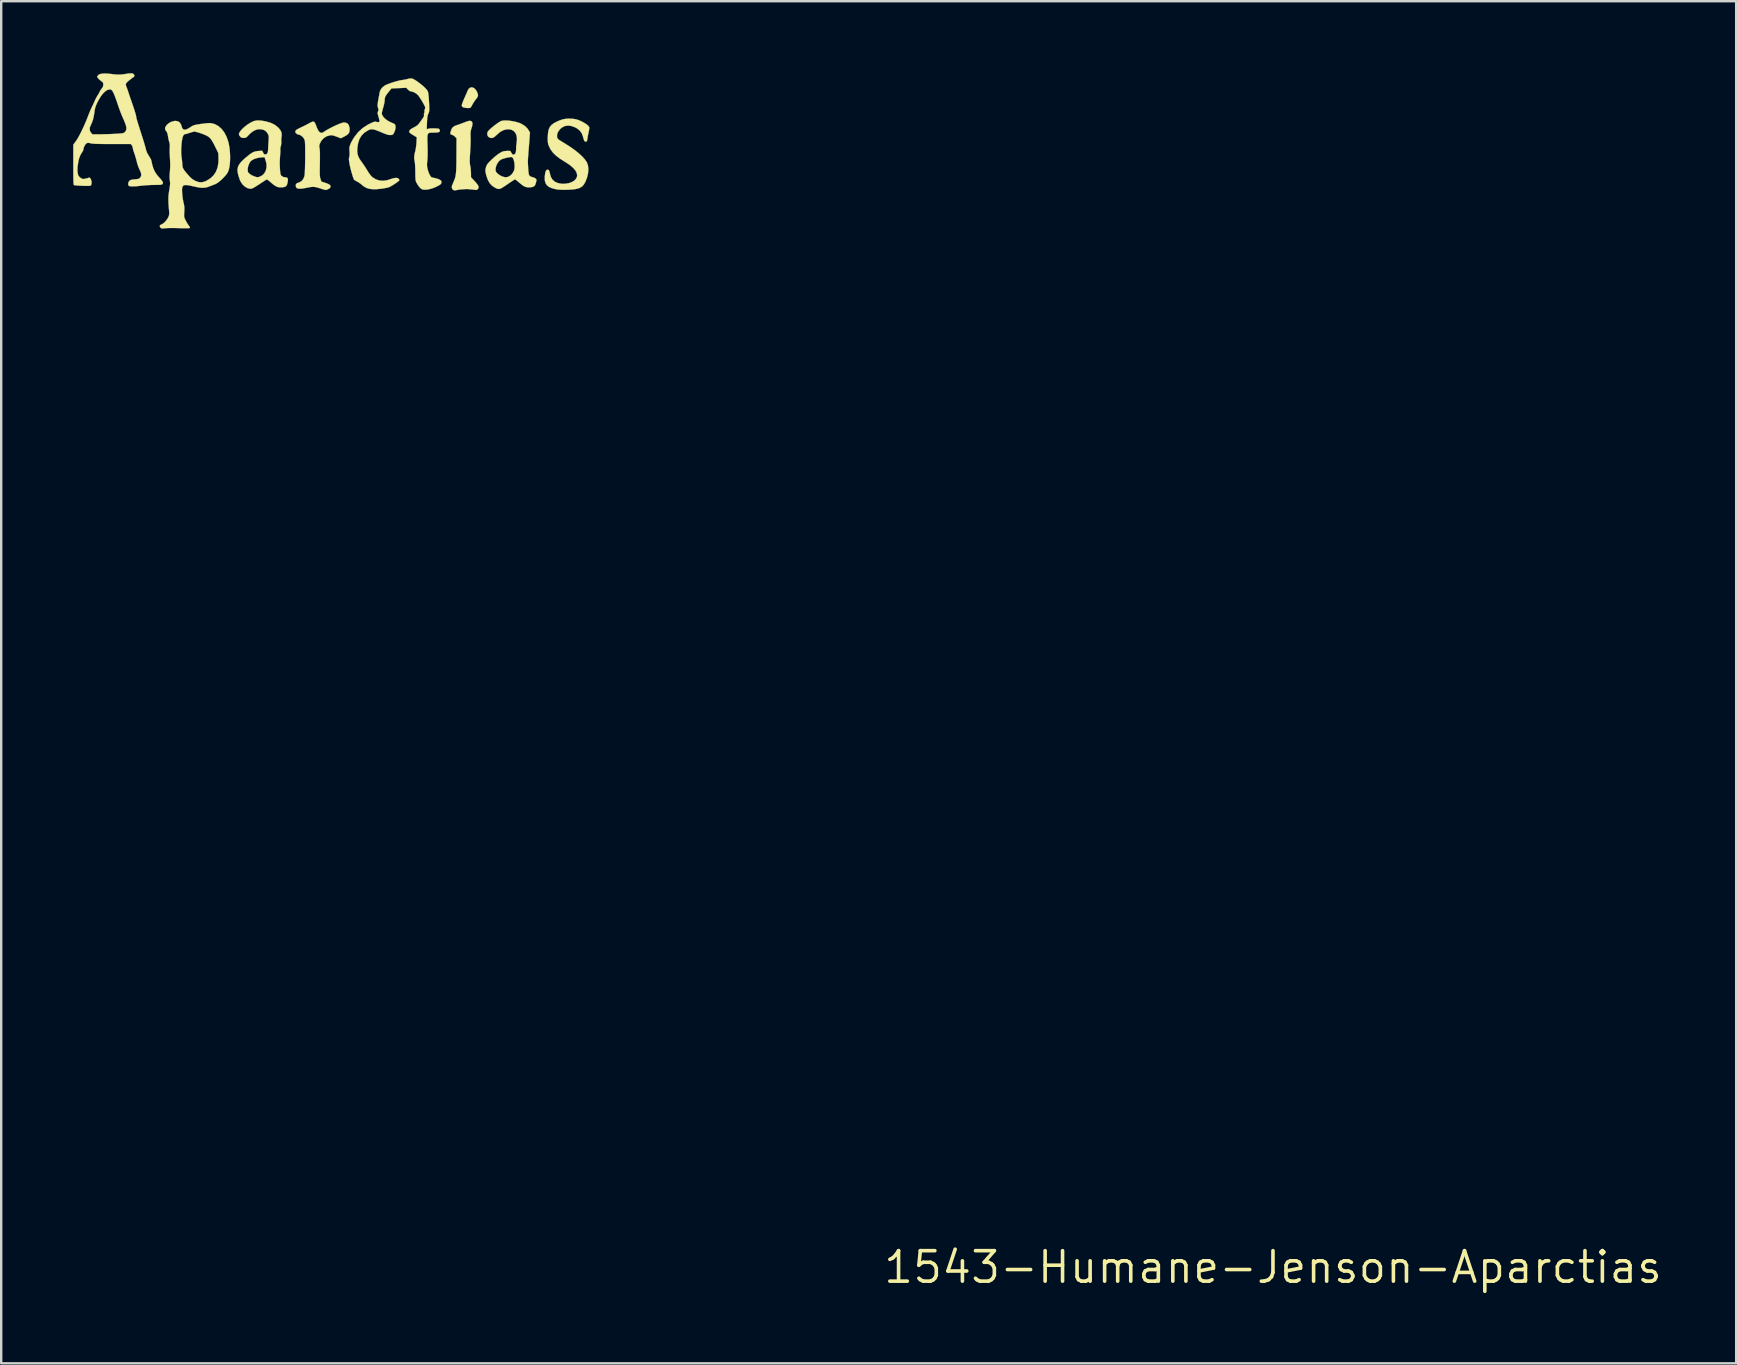
<source format=kicad_pcb>
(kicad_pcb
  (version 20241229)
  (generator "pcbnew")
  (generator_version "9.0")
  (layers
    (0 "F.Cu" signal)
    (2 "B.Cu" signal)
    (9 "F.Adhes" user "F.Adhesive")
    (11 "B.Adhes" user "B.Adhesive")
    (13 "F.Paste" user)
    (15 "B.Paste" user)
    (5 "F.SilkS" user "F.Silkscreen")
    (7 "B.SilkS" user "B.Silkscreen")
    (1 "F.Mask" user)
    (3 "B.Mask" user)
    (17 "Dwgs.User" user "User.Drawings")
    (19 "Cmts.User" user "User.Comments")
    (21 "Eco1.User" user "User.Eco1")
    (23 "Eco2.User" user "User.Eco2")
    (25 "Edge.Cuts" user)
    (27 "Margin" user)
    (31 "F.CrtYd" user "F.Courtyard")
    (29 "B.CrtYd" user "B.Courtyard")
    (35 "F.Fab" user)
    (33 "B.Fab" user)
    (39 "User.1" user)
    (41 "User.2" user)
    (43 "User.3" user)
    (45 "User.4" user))
  (footprint "1543-Humane-Jenson-Aparctias"
    (layer "F.Cu")
    (at 50.001 49.762)
    (property "Reference" "1543-Humane-Jenson-Aparctias" (at 0 0 0) (layer "F.SilkS") (effects (font (size 1.27 1.27) (thickness 0.15))))
    (attr through_hole)
    (fp_poly (pts (xy -33.302 -49.144) (xy -33.234 -49.084) (xy -33.177 -48.994) (xy -33.141 -48.905) (xy -33.13 -48.837) (xy -33.147 -48.776) (xy -33.192 -48.708) (xy -33.213 -48.683) (xy -33.271 -48.606) (xy -33.331 -48.513) (xy -33.368 -48.446) (xy -33.405 -48.377) (xy -33.432 -48.337) (xy -33.461 -48.317) (xy -33.5 -48.311) (xy -33.53 -48.309) (xy -33.61 -48.312) (xy -33.69 -48.324) (xy -33.703 -48.327) (xy -33.756 -48.345) (xy -33.791 -48.368) (xy -33.806 -48.402) (xy -33.801 -48.453) (xy -33.778 -48.528) (xy -33.736 -48.631) (xy -33.708 -48.695) (xy -33.661 -48.801) (xy -33.618 -48.9) (xy -33.582 -48.983) (xy -33.559 -49.039) (xy -33.557 -49.045) (xy -33.509 -49.122) (xy -33.446 -49.164) (xy -33.375 -49.171) (xy -33.302 -49.144)) (stroke (width 0.01) (type solid)) (fill yes) (layer "F.SilkS"))
    (fp_poly (pts (xy -33.412 -47.765) (xy -33.372 -47.723) (xy -33.36 -47.65) (xy -33.378 -47.546) (xy -33.403 -47.464) (xy -33.43 -47.373) (xy -33.442 -47.279) (xy -33.442 -47.17) (xy -33.44 -47.077) (xy -33.438 -46.999) (xy -33.437 -46.929) (xy -33.439 -46.856) (xy -33.442 -46.773) (xy -33.447 -46.671) (xy -33.454 -46.541) (xy -33.46 -46.44) (xy -33.469 -46.289) (xy -33.473 -46.173) (xy -33.475 -46.084) (xy -33.472 -46.014) (xy -33.466 -45.957) (xy -33.455 -45.905) (xy -33.454 -45.9) (xy -33.439 -45.814) (xy -33.428 -45.708) (xy -33.423 -45.604) (xy -33.423 -45.599) (xy -33.422 -45.424) (xy -33.288 -45.281) (xy -33.198 -45.181) (xy -33.139 -45.102) (xy -33.109 -45.04) (xy -33.105 -44.99) (xy -33.127 -44.947) (xy -33.148 -44.925) (xy -33.175 -44.905) (xy -33.205 -44.897) (xy -33.252 -44.898) (xy -33.326 -44.909) (xy -33.339 -44.912) (xy -33.597 -44.935) (xy -33.865 -44.917) (xy -33.941 -44.905) (xy -34.019 -44.891) (xy -34.078 -44.88) (xy -34.108 -44.875) (xy -34.11 -44.875) (xy -34.127 -44.883) (xy -34.157 -44.895) (xy -34.2 -44.933) (xy -34.222 -44.994) (xy -34.217 -45.064) (xy -34.21 -45.083) (xy -34.19 -45.131) (xy -34.161 -45.202) (xy -34.132 -45.27) (xy -34.106 -45.335) (xy -34.085 -45.4) (xy -34.068 -45.468) (xy -34.055 -45.545) (xy -34.045 -45.637) (xy -34.038 -45.748) (xy -34.033 -45.883) (xy -34.03 -46.048) (xy -34.029 -46.248) (xy -34.028 -46.348) (xy -34.025 -47.05) (xy -34.087 -47.114) (xy -34.141 -47.159) (xy -34.197 -47.189) (xy -34.208 -47.192) (xy -34.256 -47.207) (xy -34.279 -47.232) (xy -34.28 -47.276) (xy -34.262 -47.349) (xy -34.26 -47.356) (xy -34.226 -47.446) (xy -34.177 -47.511) (xy -34.105 -47.559) (xy -34.001 -47.6) (xy -33.991 -47.603) (xy -33.898 -47.634) (xy -33.791 -47.673) (xy -33.695 -47.711) (xy -33.613 -47.742) (xy -33.539 -47.766) (xy -33.487 -47.777) (xy -33.481 -47.778) (xy -33.412 -47.765)) (stroke (width 0.01) (type solid)) (fill yes) (layer "F.SilkS"))
    (fp_poly (pts (xy -29.171 -47.861) (xy -29.044 -47.84) (xy -28.921 -47.8) (xy -28.785 -47.737) (xy -28.744 -47.715) (xy -28.621 -47.641) (xy -28.538 -47.574) (xy -28.496 -47.514) (xy -28.49 -47.485) (xy -28.495 -47.44) (xy -28.507 -47.37) (xy -28.523 -47.295) (xy -28.543 -47.199) (xy -28.561 -47.098) (xy -28.571 -47.035) (xy -28.582 -46.965) (xy -28.596 -46.928) (xy -28.619 -46.912) (xy -28.632 -46.909) (xy -28.666 -46.913) (xy -28.694 -46.938) (xy -28.719 -46.991) (xy -28.744 -47.077) (xy -28.753 -47.116) (xy -28.805 -47.256) (xy -28.889 -47.372) (xy -29.009 -47.465) (xy -29.069 -47.498) (xy -29.228 -47.559) (xy -29.374 -47.579) (xy -29.508 -47.56) (xy -29.628 -47.501) (xy -29.714 -47.426) (xy -29.792 -47.32) (xy -29.834 -47.212) (xy -29.836 -47.11) (xy -29.836 -47.108) (xy -29.827 -47.07) (xy -29.811 -47.038) (xy -29.782 -47.007) (xy -29.734 -46.971) (xy -29.662 -46.924) (xy -29.559 -46.863) (xy -29.328 -46.718) (xy -29.121 -46.574) (xy -28.941 -46.432) (xy -28.791 -46.294) (xy -28.674 -46.165) (xy -28.594 -46.046) (xy -28.586 -46.031) (xy -28.546 -45.907) (xy -28.532 -45.76) (xy -28.544 -45.598) (xy -28.581 -45.429) (xy -28.643 -45.263) (xy -28.656 -45.234) (xy -28.722 -45.119) (xy -28.795 -45.039) (xy -28.886 -44.983) (xy -28.991 -44.948) (xy -29.098 -44.927) (xy -29.235 -44.913) (xy -29.388 -44.904) (xy -29.546 -44.901) (xy -29.695 -44.905) (xy -29.823 -44.916) (xy -29.877 -44.925) (xy -30.041 -44.966) (xy -30.167 -45.02) (xy -30.258 -45.09) (xy -30.316 -45.18) (xy -30.346 -45.292) (xy -30.348 -45.43) (xy -30.347 -45.451) (xy -30.333 -45.577) (xy -30.312 -45.665) (xy -30.284 -45.718) (xy -30.247 -45.74) (xy -30.235 -45.741) (xy -30.193 -45.731) (xy -30.163 -45.694) (xy -30.142 -45.626) (xy -30.133 -45.575) (xy -30.093 -45.434) (xy -30.022 -45.32) (xy -29.921 -45.235) (xy -29.79 -45.179) (xy -29.633 -45.153) (xy -29.501 -45.154) (xy -29.351 -45.177) (xy -29.222 -45.222) (xy -29.118 -45.284) (xy -29.043 -45.362) (xy -29.004 -45.452) (xy -28.998 -45.502) (xy -29.016 -45.605) (xy -29.071 -45.71) (xy -29.165 -45.818) (xy -29.297 -45.929) (xy -29.47 -46.046) (xy -29.525 -46.079) (xy -29.725 -46.207) (xy -29.887 -46.333) (xy -30.014 -46.46) (xy -30.11 -46.592) (xy -30.179 -46.733) (xy -30.194 -46.776) (xy -30.212 -46.842) (xy -30.222 -46.913) (xy -30.225 -47.003) (xy -30.222 -47.122) (xy -30.222 -47.126) (xy -30.209 -47.289) (xy -30.182 -47.418) (xy -30.135 -47.521) (xy -30.066 -47.605) (xy -29.97 -47.676) (xy -29.877 -47.727) (xy -29.738 -47.79) (xy -29.618 -47.832) (xy -29.504 -47.856) (xy -29.38 -47.866) (xy -29.316 -47.867) (xy -29.171 -47.861)) (stroke (width 0.01) (type solid)) (fill yes) (layer "F.SilkS"))
    (fp_poly (pts (xy -39.965 -47.738) (xy -39.93 -47.699) (xy -39.896 -47.627) (xy -39.877 -47.575) (xy -39.829 -47.451) (xy -39.783 -47.365) (xy -39.736 -47.309) (xy -39.684 -47.278) (xy -39.647 -47.272) (xy -39.606 -47.284) (xy -39.549 -47.319) (xy -39.527 -47.334) (xy -39.452 -47.382) (xy -39.354 -47.438) (xy -39.24 -47.497) (xy -39.121 -47.556) (xy -39.003 -47.61) (xy -38.896 -47.655) (xy -38.808 -47.688) (xy -38.748 -47.704) (xy -38.744 -47.705) (xy -38.641 -47.7) (xy -38.564 -47.662) (xy -38.512 -47.59) (xy -38.485 -47.483) (xy -38.481 -47.408) (xy -38.488 -47.328) (xy -38.512 -47.265) (xy -38.561 -47.21) (xy -38.64 -47.157) (xy -38.714 -47.117) (xy -38.847 -47.05) (xy -39.024 -47.118) (xy -39.12 -47.153) (xy -39.19 -47.172) (xy -39.249 -47.177) (xy -39.296 -47.173) (xy -39.437 -47.134) (xy -39.559 -47.058) (xy -39.657 -46.95) (xy -39.723 -46.825) (xy -39.744 -46.756) (xy -39.746 -46.694) (xy -39.734 -46.631) (xy -39.725 -46.565) (xy -39.72 -46.458) (xy -39.718 -46.308) (xy -39.719 -46.118) (xy -39.721 -45.992) (xy -39.724 -45.824) (xy -39.725 -45.692) (xy -39.725 -45.59) (xy -39.723 -45.514) (xy -39.718 -45.456) (xy -39.711 -45.41) (xy -39.701 -45.372) (xy -39.694 -45.35) (xy -39.656 -45.244) (xy -39.489 -45.19) (xy -39.379 -45.149) (xy -39.309 -45.108) (xy -39.276 -45.065) (xy -39.278 -45.017) (xy -39.285 -45) (xy -39.323 -44.961) (xy -39.382 -44.925) (xy -39.446 -44.9) (xy -39.48 -44.896) (xy -39.514 -44.903) (xy -39.573 -44.919) (xy -39.635 -44.938) (xy -39.762 -44.979) (xy -39.862 -45.007) (xy -39.944 -45.022) (xy -40.021 -45.025) (xy -40.103 -45.018) (xy -40.202 -45) (xy -40.267 -44.987) (xy -40.421 -44.959) (xy -40.539 -44.947) (xy -40.625 -44.952) (xy -40.682 -44.974) (xy -40.714 -45.014) (xy -40.725 -45.073) (xy -40.725 -45.076) (xy -40.721 -45.122) (xy -40.705 -45.153) (xy -40.667 -45.178) (xy -40.599 -45.204) (xy -40.577 -45.212) (xy -40.484 -45.264) (xy -40.413 -45.35) (xy -40.363 -45.471) (xy -40.362 -45.474) (xy -40.355 -45.52) (xy -40.349 -45.602) (xy -40.343 -45.713) (xy -40.339 -45.846) (xy -40.336 -45.995) (xy -40.333 -46.153) (xy -40.332 -46.314) (xy -40.332 -46.471) (xy -40.333 -46.617) (xy -40.335 -46.746) (xy -40.339 -46.851) (xy -40.344 -46.925) (xy -40.348 -46.957) (xy -40.383 -47.037) (xy -40.442 -47.111) (xy -40.512 -47.168) (xy -40.568 -47.191) (xy -40.665 -47.222) (xy -40.724 -47.266) (xy -40.742 -47.309) (xy -40.74 -47.345) (xy -40.724 -47.376) (xy -40.687 -47.408) (xy -40.624 -47.445) (xy -40.528 -47.492) (xy -40.492 -47.509) (xy -40.389 -47.558) (xy -40.279 -47.613) (xy -40.184 -47.664) (xy -40.167 -47.673) (xy -40.076 -47.722) (xy -40.011 -47.744) (xy -39.965 -47.738)) (stroke (width 0.01) (type solid)) (fill yes) (layer "F.SilkS"))
    (fp_poly (pts (xy -42.132 -47.781) (xy -41.98 -47.754) (xy -41.773 -47.695) (xy -41.599 -47.61) (xy -41.459 -47.499) (xy -41.433 -47.471) (xy -41.359 -47.376) (xy -41.319 -47.286) (xy -41.31 -47.189) (xy -41.32 -47.101) (xy -41.33 -47.02) (xy -41.332 -46.944) (xy -41.328 -46.911) (xy -41.327 -46.839) (xy -41.342 -46.75) (xy -41.349 -46.724) (xy -41.365 -46.657) (xy -41.372 -46.605) (xy -41.369 -46.586) (xy -41.366 -46.558) (xy -41.367 -46.496) (xy -41.372 -46.411) (xy -41.38 -46.31) (xy -41.381 -46.306) (xy -41.395 -46.029) (xy -41.386 -45.785) (xy -41.377 -45.675) (xy -41.369 -45.599) (xy -41.359 -45.548) (xy -41.346 -45.514) (xy -41.327 -45.49) (xy -41.309 -45.473) (xy -41.231 -45.431) (xy -41.169 -45.424) (xy -41.104 -45.415) (xy -41.066 -45.387) (xy -41.052 -45.333) (xy -41.058 -45.248) (xy -41.065 -45.213) (xy -41.09 -45.119) (xy -41.126 -45.059) (xy -41.182 -45.024) (xy -41.268 -45.007) (xy -41.307 -45.004) (xy -41.403 -45.005) (xy -41.488 -45.022) (xy -41.572 -45.061) (xy -41.665 -45.126) (xy -41.768 -45.214) (xy -41.833 -45.27) (xy -41.89 -45.311) (xy -41.928 -45.332) (xy -41.937 -45.333) (xy -41.963 -45.318) (xy -42.018 -45.284) (xy -42.094 -45.235) (xy -42.185 -45.175) (xy -42.239 -45.138) (xy -42.338 -45.074) (xy -42.43 -45.018) (xy -42.507 -44.976) (xy -42.561 -44.951) (xy -42.577 -44.946) (xy -42.636 -44.949) (xy -42.709 -44.964) (xy -42.734 -44.972) (xy -42.842 -45.032) (xy -42.941 -45.124) (xy -43.02 -45.238) (xy -43.052 -45.309) (xy -43.111 -45.481) (xy -43.145 -45.625) (xy -43.151 -45.721) (xy -42.73 -45.721) (xy -42.717 -45.646) (xy -42.707 -45.626) (xy -42.652 -45.569) (xy -42.568 -45.513) (xy -42.47 -45.466) (xy -42.371 -45.434) (xy -42.321 -45.426) (xy -42.286 -45.431) (xy -42.233 -45.445) (xy -42.225 -45.448) (xy -42.118 -45.505) (xy -42.033 -45.592) (xy -41.975 -45.703) (xy -41.944 -45.832) (xy -41.944 -45.973) (xy -41.977 -46.118) (xy -41.978 -46.122) (xy -42.026 -46.26) (xy -42.143 -46.255) (xy -42.278 -46.239) (xy -42.405 -46.206) (xy -42.514 -46.159) (xy -42.594 -46.103) (xy -42.605 -46.091) (xy -42.658 -46.012) (xy -42.699 -45.916) (xy -42.724 -45.815) (xy -42.73 -45.721) (xy -43.151 -45.721) (xy -43.153 -45.749) (xy -43.132 -45.859) (xy -43.081 -45.963) (xy -42.997 -46.069) (xy -42.878 -46.184) (xy -42.804 -46.248) (xy -42.689 -46.342) (xy -42.597 -46.412) (xy -42.518 -46.46) (xy -42.446 -46.491) (xy -42.372 -46.509) (xy -42.288 -46.519) (xy -42.276 -46.52) (xy -42.124 -46.53) (xy -42.087 -46.453) (xy -42.055 -46.4) (xy -42.019 -46.379) (xy -41.991 -46.376) (xy -41.939 -46.39) (xy -41.903 -46.434) (xy -41.882 -46.512) (xy -41.876 -46.598) (xy -41.873 -46.678) (xy -41.867 -46.782) (xy -41.86 -46.892) (xy -41.857 -46.937) (xy -41.851 -47.036) (xy -41.85 -47.104) (xy -41.856 -47.153) (xy -41.87 -47.195) (xy -41.893 -47.241) (xy -41.894 -47.244) (xy -41.959 -47.333) (xy -42.044 -47.392) (xy -42.157 -47.423) (xy -42.192 -47.428) (xy -42.325 -47.421) (xy -42.455 -47.373) (xy -42.585 -47.284) (xy -42.678 -47.195) (xy -42.739 -47.131) (xy -42.783 -47.092) (xy -42.82 -47.072) (xy -42.86 -47.065) (xy -42.896 -47.064) (xy -42.965 -47.069) (xy -43.011 -47.091) (xy -43.044 -47.123) (xy -43.078 -47.173) (xy -43.095 -47.216) (xy -43.095 -47.221) (xy -43.078 -47.28) (xy -43.029 -47.354) (xy -42.956 -47.436) (xy -42.863 -47.522) (xy -42.758 -47.605) (xy -42.646 -47.679) (xy -42.555 -47.729) (xy -42.462 -47.768) (xy -42.366 -47.789) (xy -42.259 -47.793) (xy -42.132 -47.781)) (stroke (width 0.01) (type solid)) (fill yes) (layer "F.SilkS"))
    (fp_poly (pts (xy -31.866 -47.786) (xy -31.708 -47.765) (xy -31.547 -47.731) (xy -31.402 -47.686) (xy -31.339 -47.66) (xy -31.193 -47.574) (xy -31.075 -47.462) (xy -31.018 -47.38) (xy -30.964 -47.289) (xy -30.988 -46.986) (xy -30.998 -46.85) (xy -31.01 -46.704) (xy -31.021 -46.565) (xy -31.03 -46.451) (xy -31.03 -46.45) (xy -31.04 -46.319) (xy -31.047 -46.218) (xy -31.051 -46.137) (xy -31.052 -46.064) (xy -31.05 -45.986) (xy -31.045 -45.893) (xy -31.04 -45.797) (xy -31.031 -45.672) (xy -31.02 -45.582) (xy -31.002 -45.52) (xy -30.975 -45.479) (xy -30.934 -45.452) (xy -30.876 -45.433) (xy -30.85 -45.426) (xy -30.767 -45.395) (xy -30.712 -45.355) (xy -30.692 -45.31) (xy -30.697 -45.276) (xy -30.712 -45.217) (xy -30.725 -45.172) (xy -30.749 -45.102) (xy -30.778 -45.061) (xy -30.82 -45.035) (xy -30.83 -45.03) (xy -30.93 -45.005) (xy -31.044 -45.003) (xy -31.15 -45.023) (xy -31.195 -45.041) (xy -31.247 -45.073) (xy -31.318 -45.125) (xy -31.395 -45.187) (xy -31.422 -45.21) (xy -31.488 -45.266) (xy -31.544 -45.31) (xy -31.579 -45.335) (xy -31.587 -45.339) (xy -31.61 -45.328) (xy -31.661 -45.296) (xy -31.733 -45.249) (xy -31.82 -45.191) (xy -31.859 -45.164) (xy -31.984 -45.079) (xy -32.08 -45.015) (xy -32.154 -44.971) (xy -32.212 -44.946) (xy -32.261 -44.936) (xy -32.305 -44.941) (xy -32.353 -44.958) (xy -32.41 -44.985) (xy -32.423 -44.992) (xy -32.542 -45.069) (xy -32.64 -45.175) (xy -32.718 -45.312) (xy -32.779 -45.483) (xy -32.81 -45.608) (xy -32.821 -45.687) (xy -32.819 -45.729) (xy -32.401 -45.729) (xy -32.383 -45.656) (xy -32.378 -45.648) (xy -32.306 -45.569) (xy -32.209 -45.5) (xy -32.099 -45.449) (xy -31.994 -45.425) (xy -31.977 -45.425) (xy -31.915 -45.432) (xy -31.849 -45.452) (xy -31.849 -45.453) (xy -31.77 -45.504) (xy -31.696 -45.584) (xy -31.639 -45.68) (xy -31.633 -45.693) (xy -31.611 -45.773) (xy -31.603 -45.869) (xy -31.607 -45.971) (xy -31.621 -46.071) (xy -31.645 -46.159) (xy -31.676 -46.226) (xy -31.713 -46.263) (xy -31.725 -46.267) (xy -31.786 -46.266) (xy -31.872 -46.252) (xy -31.971 -46.23) (xy -32.068 -46.202) (xy -32.149 -46.172) (xy -32.186 -46.154) (xy -32.257 -46.095) (xy -32.317 -46.013) (xy -32.364 -45.918) (xy -32.393 -45.819) (xy -32.401 -45.729) (xy -32.819 -45.729) (xy -32.818 -45.756) (xy -32.798 -45.84) (xy -32.797 -45.841) (xy -32.779 -45.898) (xy -32.754 -45.947) (xy -32.718 -45.998) (xy -32.663 -46.059) (xy -32.583 -46.138) (xy -32.579 -46.143) (xy -32.43 -46.28) (xy -32.293 -46.387) (xy -32.172 -46.464) (xy -32.091 -46.5) (xy -32.038 -46.512) (xy -31.969 -46.52) (xy -31.896 -46.524) (xy -31.831 -46.523) (xy -31.785 -46.517) (xy -31.771 -46.508) (xy -31.761 -46.481) (xy -31.736 -46.435) (xy -31.731 -46.426) (xy -31.696 -46.381) (xy -31.659 -46.368) (xy -31.637 -46.37) (xy -31.584 -46.401) (xy -31.552 -46.467) (xy -31.542 -46.568) (xy -31.542 -46.598) (xy -31.541 -46.675) (xy -31.532 -46.772) (xy -31.52 -46.857) (xy -31.506 -47.018) (xy -31.522 -47.155) (xy -31.568 -47.268) (xy -31.64 -47.352) (xy -31.737 -47.406) (xy -31.856 -47.426) (xy -31.941 -47.421) (xy -32.085 -47.382) (xy -32.219 -47.307) (xy -32.343 -47.198) (xy -32.428 -47.119) (xy -32.5 -47.073) (xy -32.567 -47.059) (xy -32.634 -47.073) (xy -32.64 -47.075) (xy -32.705 -47.116) (xy -32.738 -47.178) (xy -32.745 -47.247) (xy -32.739 -47.289) (xy -32.718 -47.33) (xy -32.676 -47.381) (xy -32.622 -47.434) (xy -32.545 -47.502) (xy -32.45 -47.579) (xy -32.354 -47.651) (xy -32.331 -47.667) (xy -32.251 -47.721) (xy -32.193 -47.756) (xy -32.142 -47.776) (xy -32.088 -47.785) (xy -32.015 -47.79) (xy -32.004 -47.791) (xy -31.866 -47.786)) (stroke (width 0.01) (type solid)) (fill yes) (layer "F.SilkS"))
    (fp_poly (pts (xy -45.633 -47.756) (xy -45.556 -47.703) (xy -45.504 -47.615) (xy -45.488 -47.563) (xy -45.458 -47.475) (xy -45.417 -47.422) (xy -45.361 -47.403) (xy -45.287 -47.416) (xy -45.191 -47.463) (xy -45.108 -47.516) (xy -45.057 -47.55) (xy -45.012 -47.574) (xy -44.964 -47.593) (xy -44.903 -47.609) (xy -44.82 -47.624) (xy -44.707 -47.642) (xy -44.671 -47.647) (xy -44.507 -47.668) (xy -44.375 -47.68) (xy -44.279 -47.681) (xy -44.252 -47.679) (xy -44.095 -47.637) (xy -43.949 -47.557) (xy -43.819 -47.442) (xy -43.705 -47.295) (xy -43.612 -47.119) (xy -43.541 -46.916) (xy -43.519 -46.828) (xy -43.487 -46.644) (xy -43.468 -46.452) (xy -43.461 -46.258) (xy -43.466 -46.072) (xy -43.483 -45.902) (xy -43.512 -45.756) (xy -43.551 -45.643) (xy -43.6 -45.565) (xy -43.674 -45.475) (xy -43.763 -45.38) (xy -43.86 -45.29) (xy -43.955 -45.213) (xy -44.039 -45.157) (xy -44.081 -45.138) (xy -44.162 -45.107) (xy -44.255 -45.07) (xy -44.309 -45.049) (xy -44.421 -45.01) (xy -44.528 -44.989) (xy -44.642 -44.985) (xy -44.772 -45) (xy -44.929 -45.032) (xy -44.965 -45.04) (xy -45.115 -45.075) (xy -45.23 -45.096) (xy -45.315 -45.102) (xy -45.376 -45.094) (xy -45.417 -45.071) (xy -45.443 -45.031) (xy -45.458 -44.986) (xy -45.465 -44.923) (xy -45.464 -44.829) (xy -45.457 -44.716) (xy -45.443 -44.594) (xy -45.425 -44.475) (xy -45.403 -44.368) (xy -45.402 -44.365) (xy -45.38 -44.264) (xy -45.369 -44.176) (xy -45.367 -44.084) (xy -45.372 -43.98) (xy -45.378 -43.884) (xy -45.379 -43.816) (xy -45.372 -43.764) (xy -45.356 -43.714) (xy -45.329 -43.653) (xy -45.323 -43.642) (xy -45.279 -43.558) (xy -45.23 -43.476) (xy -45.193 -43.425) (xy -45.156 -43.373) (xy -45.135 -43.332) (xy -45.134 -43.319) (xy -45.142 -43.311) (xy -45.163 -43.305) (xy -45.202 -43.302) (xy -45.263 -43.3) (xy -45.35 -43.3) (xy -45.468 -43.302) (xy -45.621 -43.306) (xy -45.741 -43.31) (xy -45.862 -43.311) (xy -45.985 -43.31) (xy -46.096 -43.306) (xy -46.165 -43.3) (xy -46.248 -43.292) (xy -46.3 -43.292) (xy -46.333 -43.3) (xy -46.357 -43.319) (xy -46.363 -43.325) (xy -46.393 -43.379) (xy -46.382 -43.424) (xy -46.332 -43.456) (xy -46.321 -43.459) (xy -46.26 -43.49) (xy -46.19 -43.55) (xy -46.121 -43.627) (xy -46.061 -43.713) (xy -46.033 -43.767) (xy -46.009 -43.831) (xy -45.999 -43.893) (xy -46 -43.97) (xy -46.003 -44.014) (xy -46.019 -44.196) (xy -46.028 -44.344) (xy -46.033 -44.468) (xy -46.032 -44.576) (xy -46.025 -44.678) (xy -46.013 -44.782) (xy -45.996 -44.887) (xy -45.977 -45.01) (xy -45.965 -45.103) (xy -45.962 -45.174) (xy -45.965 -45.234) (xy -45.972 -45.287) (xy -45.982 -45.372) (xy -45.983 -45.476) (xy -45.975 -45.608) (xy -45.97 -45.659) (xy -45.958 -45.831) (xy -45.957 -46.006) (xy -45.967 -46.202) (xy -45.967 -46.211) (xy -45.974 -46.334) (xy -45.978 -46.448) (xy -45.501 -46.448) (xy -45.494 -46.335) (xy -45.487 -46.28) (xy -45.472 -46.178) (xy -45.461 -46.068) (xy -45.456 -45.995) (xy -45.45 -45.909) (xy -45.438 -45.841) (xy -45.413 -45.78) (xy -45.372 -45.715) (xy -45.31 -45.635) (xy -45.268 -45.586) (xy -45.179 -45.483) (xy -45.106 -45.408) (xy -45.041 -45.352) (xy -44.975 -45.308) (xy -44.899 -45.269) (xy -44.892 -45.265) (xy -44.764 -45.221) (xy -44.644 -45.214) (xy -44.519 -45.245) (xy -44.447 -45.277) (xy -44.279 -45.382) (xy -44.145 -45.511) (xy -44.046 -45.663) (xy -43.98 -45.84) (xy -43.948 -46.043) (xy -43.945 -46.206) (xy -43.953 -46.432) (xy -44.076 -46.685) (xy -44.143 -46.819) (xy -44.2 -46.921) (xy -44.249 -46.998) (xy -44.298 -47.056) (xy -44.35 -47.103) (xy -44.405 -47.141) (xy -44.465 -47.172) (xy -44.55 -47.208) (xy -44.649 -47.246) (xy -44.751 -47.28) (xy -44.845 -47.308) (xy -44.918 -47.325) (xy -44.951 -47.329) (xy -44.989 -47.322) (xy -45.055 -47.305) (xy -45.138 -47.279) (xy -45.175 -47.267) (xy -45.256 -47.241) (xy -45.321 -47.223) (xy -45.361 -47.215) (xy -45.368 -47.216) (xy -45.383 -47.206) (xy -45.408 -47.167) (xy -45.422 -47.141) (xy -45.445 -47.074) (xy -45.466 -46.974) (xy -45.482 -46.851) (xy -45.494 -46.716) (xy -45.5 -46.579) (xy -45.501 -46.448) (xy -45.978 -46.448) (xy -45.979 -46.455) (xy -45.979 -46.562) (xy -45.977 -46.641) (xy -45.976 -46.651) (xy -45.972 -46.763) (xy -45.988 -46.859) (xy -45.999 -46.895) (xy -46.021 -46.978) (xy -46.041 -47.075) (xy -46.049 -47.134) (xy -46.063 -47.212) (xy -46.083 -47.279) (xy -46.101 -47.314) (xy -46.15 -47.383) (xy -46.172 -47.437) (xy -46.17 -47.485) (xy -46.153 -47.529) (xy -46.089 -47.618) (xy -45.996 -47.693) (xy -45.884 -47.746) (xy -45.765 -47.772) (xy -45.733 -47.773) (xy -45.633 -47.756)) (stroke (width 0.01) (type solid)) (fill yes) (layer "F.SilkS"))
    (fp_poly (pts (xy -47.525 -49.749) (xy -47.486 -49.728) (xy -47.461 -49.692) (xy -47.46 -49.69) (xy -47.448 -49.649) (xy -47.463 -49.62) (xy -47.489 -49.599) (xy -47.604 -49.515) (xy -47.697 -49.441) (xy -47.761 -49.38) (xy -47.786 -49.349) (xy -47.804 -49.319) (xy -47.809 -49.289) (xy -47.801 -49.249) (xy -47.779 -49.185) (xy -47.767 -49.153) (xy -47.736 -49.07) (xy -47.708 -48.991) (xy -47.691 -48.937) (xy -47.677 -48.891) (xy -47.651 -48.815) (xy -47.618 -48.717) (xy -47.579 -48.606) (xy -47.562 -48.556) (xy -47.503 -48.386) (xy -47.453 -48.235) (xy -47.414 -48.107) (xy -47.386 -48.007) (xy -47.373 -47.94) (xy -47.371 -47.921) (xy -47.368 -47.899) (xy -47.357 -47.858) (xy -47.339 -47.793) (xy -47.312 -47.703) (xy -47.275 -47.585) (xy -47.228 -47.434) (xy -47.169 -47.25) (xy -47.098 -47.028) (xy -47.096 -47.022) (xy -47.058 -46.901) (xy -47.023 -46.784) (xy -46.994 -46.681) (xy -46.974 -46.602) (xy -46.969 -46.58) (xy -46.925 -46.449) (xy -46.85 -46.319) (xy -46.804 -46.248) (xy -46.768 -46.184) (xy -46.749 -46.141) (xy -46.748 -46.137) (xy -46.709 -45.957) (xy -46.666 -45.81) (xy -46.613 -45.687) (xy -46.548 -45.576) (xy -46.465 -45.469) (xy -46.416 -45.415) (xy -46.336 -45.326) (xy -46.286 -45.259) (xy -46.262 -45.209) (xy -46.261 -45.171) (xy -46.282 -45.14) (xy -46.303 -45.126) (xy -46.338 -45.116) (xy -46.395 -45.11) (xy -46.479 -45.107) (xy -46.598 -45.106) (xy -46.606 -45.106) (xy -46.744 -45.104) (xy -46.896 -45.096) (xy -47.042 -45.086) (xy -47.15 -45.075) (xy -47.326 -45.055) (xy -47.471 -45.045) (xy -47.581 -45.045) (xy -47.654 -45.054) (xy -47.684 -45.068) (xy -47.708 -45.119) (xy -47.706 -45.184) (xy -47.679 -45.248) (xy -47.657 -45.276) (xy -47.621 -45.302) (xy -47.574 -45.32) (xy -47.506 -45.331) (xy -47.432 -45.338) (xy -47.344 -45.346) (xy -47.287 -45.356) (xy -47.249 -45.373) (xy -47.219 -45.399) (xy -47.21 -45.409) (xy -47.174 -45.467) (xy -47.163 -45.531) (xy -47.177 -45.61) (xy -47.219 -45.711) (xy -47.235 -45.744) (xy -47.278 -45.843) (xy -47.319 -45.959) (xy -47.348 -46.066) (xy -47.375 -46.171) (xy -47.409 -46.292) (xy -47.446 -46.407) (xy -47.453 -46.425) (xy -47.482 -46.513) (xy -47.505 -46.591) (xy -47.518 -46.646) (xy -47.519 -46.661) (xy -47.532 -46.713) (xy -47.56 -46.76) (xy -47.6 -46.81) (xy -48.38 -46.81) (xy -48.598 -46.81) (xy -48.777 -46.812) (xy -48.922 -46.814) (xy -49.038 -46.817) (xy -49.127 -46.821) (xy -49.194 -46.827) (xy -49.244 -46.834) (xy -49.27 -46.84) (xy -49.345 -46.857) (xy -49.397 -46.858) (xy -49.435 -46.846) (xy -49.479 -46.809) (xy -49.522 -46.745) (xy -49.556 -46.672) (xy -49.572 -46.604) (xy -49.572 -46.596) (xy -49.584 -46.551) (xy -49.613 -46.493) (xy -49.625 -46.473) (xy -49.687 -46.375) (xy -49.731 -46.281) (xy -49.764 -46.177) (xy -49.792 -46.047) (xy -49.794 -46.033) (xy -49.817 -45.869) (xy -49.824 -45.722) (xy -49.815 -45.6) (xy -49.791 -45.507) (xy -49.771 -45.472) (xy -49.722 -45.422) (xy -49.66 -45.379) (xy -49.656 -45.377) (xy -49.613 -45.358) (xy -49.576 -45.351) (xy -49.529 -45.357) (xy -49.459 -45.374) (xy -49.449 -45.376) (xy -49.315 -45.412) (xy -49.275 -45.36) (xy -49.248 -45.303) (xy -49.235 -45.23) (xy -49.236 -45.158) (xy -49.253 -45.101) (xy -49.266 -45.085) (xy -49.291 -45.074) (xy -49.339 -45.067) (xy -49.415 -45.065) (xy -49.524 -45.067) (xy -49.61 -45.069) (xy -49.723 -45.074) (xy -49.823 -45.081) (xy -49.902 -45.087) (xy -49.95 -45.094) (xy -49.959 -45.096) (xy -49.968 -45.102) (xy -49.976 -45.115) (xy -49.982 -45.138) (xy -49.986 -45.176) (xy -49.99 -45.233) (xy -49.992 -45.312) (xy -49.994 -45.417) (xy -49.995 -45.552) (xy -49.996 -45.722) (xy -49.996 -45.93) (xy -49.996 -46.784) (xy -49.889 -46.927) (xy -49.827 -47.021) (xy -49.756 -47.146) (xy -49.677 -47.297) (xy -49.628 -47.398) (xy -49.315 -47.398) (xy -49.283 -47.316) (xy -49.257 -47.282) (xy -49.196 -47.212) (xy -48.85 -47.215) (xy -48.701 -47.218) (xy -48.536 -47.222) (xy -48.373 -47.228) (xy -48.231 -47.235) (xy -48.203 -47.237) (xy -48.083 -47.244) (xy -47.998 -47.252) (xy -47.939 -47.26) (xy -47.899 -47.272) (xy -47.871 -47.287) (xy -47.851 -47.304) (xy -47.809 -47.355) (xy -47.787 -47.415) (xy -47.784 -47.488) (xy -47.802 -47.58) (xy -47.842 -47.696) (xy -47.903 -47.842) (xy -47.925 -47.89) (xy -47.968 -47.989) (xy -48.019 -48.117) (xy -48.073 -48.261) (xy -48.125 -48.408) (xy -48.158 -48.506) (xy -48.201 -48.634) (xy -48.245 -48.755) (xy -48.286 -48.86) (xy -48.321 -48.942) (xy -48.345 -48.987) (xy -48.385 -49.046) (xy -48.419 -49.075) (xy -48.459 -49.085) (xy -48.479 -49.086) (xy -48.571 -49.065) (xy -48.667 -49.005) (xy -48.766 -48.907) (xy -48.865 -48.774) (xy -48.962 -48.609) (xy -48.996 -48.541) (xy -49.044 -48.435) (xy -49.077 -48.345) (xy -49.1 -48.251) (xy -49.118 -48.135) (xy -49.119 -48.125) (xy -49.145 -47.961) (xy -49.177 -47.826) (xy -49.22 -47.704) (xy -49.268 -47.599) (xy -49.31 -47.49) (xy -49.315 -47.398) (xy -49.628 -47.398) (xy -49.597 -47.463) (xy -49.517 -47.639) (xy -49.443 -47.815) (xy -49.393 -47.943) (xy -49.349 -48.057) (xy -49.302 -48.171) (xy -49.258 -48.272) (xy -49.224 -48.345) (xy -49.178 -48.438) (xy -49.132 -48.539) (xy -49.101 -48.609) (xy -49.059 -48.701) (xy -49.005 -48.799) (xy -48.972 -48.852) (xy -48.932 -48.915) (xy -48.905 -48.967) (xy -48.895 -48.993) (xy -48.882 -49.022) (xy -48.85 -49.07) (xy -48.821 -49.107) (xy -48.774 -49.171) (xy -48.752 -49.229) (xy -48.747 -49.287) (xy -48.751 -49.348) (xy -48.77 -49.387) (xy -48.815 -49.42) (xy -48.82 -49.424) (xy -48.874 -49.464) (xy -48.929 -49.514) (xy -48.974 -49.565) (xy -48.999 -49.604) (xy -49.001 -49.614) (xy -48.989 -49.642) (xy -48.964 -49.676) (xy -48.904 -49.718) (xy -48.807 -49.742) (xy -48.675 -49.749) (xy -48.51 -49.739) (xy -48.442 -49.731) (xy -48.294 -49.713) (xy -48.174 -49.703) (xy -48.068 -49.702) (xy -47.963 -49.709) (xy -47.845 -49.725) (xy -47.791 -49.734) (xy -47.671 -49.751) (xy -47.584 -49.757) (xy -47.525 -49.749)) (stroke (width 0.01) (type solid)) (fill yes) (layer "F.SilkS"))
    (fp_poly (pts (xy -35.89 -49.542) (xy -35.828 -49.519) (xy -35.744 -49.472) (xy -35.647 -49.406) (xy -35.544 -49.329) (xy -35.443 -49.247) (xy -35.353 -49.166) (xy -35.282 -49.092) (xy -35.236 -49.031) (xy -35.233 -49.026) (xy -35.218 -48.989) (xy -35.205 -48.94) (xy -35.195 -48.872) (xy -35.186 -48.78) (xy -35.177 -48.656) (xy -35.172 -48.566) (xy -35.165 -48.43) (xy -35.161 -48.329) (xy -35.16 -48.255) (xy -35.163 -48.201) (xy -35.169 -48.16) (xy -35.18 -48.124) (xy -35.196 -48.086) (xy -35.199 -48.079) (xy -35.221 -48.025) (xy -35.236 -47.965) (xy -35.246 -47.89) (xy -35.253 -47.789) (xy -35.257 -47.702) (xy -35.266 -47.429) (xy -35.207 -47.444) (xy -35.162 -47.454) (xy -35.116 -47.46) (xy -35.059 -47.462) (xy -34.979 -47.461) (xy -34.909 -47.46) (xy -34.828 -47.456) (xy -34.78 -47.45) (xy -34.752 -47.436) (xy -34.735 -47.411) (xy -34.73 -47.4) (xy -34.718 -47.355) (xy -34.733 -47.323) (xy -34.778 -47.302) (xy -34.858 -47.29) (xy -34.975 -47.286) (xy -34.981 -47.286) (xy -35.064 -47.286) (xy -35.127 -47.282) (xy -35.174 -47.27) (xy -35.207 -47.245) (xy -35.228 -47.201) (xy -35.239 -47.135) (xy -35.242 -47.041) (xy -35.24 -46.915) (xy -35.234 -46.752) (xy -35.234 -46.739) (xy -35.229 -46.512) (xy -35.23 -46.324) (xy -35.237 -46.175) (xy -35.243 -46.111) (xy -35.255 -46.006) (xy -35.257 -45.927) (xy -35.249 -45.854) (xy -35.234 -45.778) (xy -35.2 -45.658) (xy -35.159 -45.555) (xy -35.115 -45.475) (xy -35.071 -45.426) (xy -35.047 -45.415) (xy -34.926 -45.389) (xy -34.838 -45.366) (xy -34.775 -45.345) (xy -34.727 -45.323) (xy -34.716 -45.316) (xy -34.669 -45.281) (xy -34.653 -45.243) (xy -34.654 -45.208) (xy -34.663 -45.169) (xy -34.687 -45.136) (xy -34.734 -45.102) (xy -34.787 -45.071) (xy -34.924 -45.004) (xy -35.064 -44.953) (xy -35.198 -44.919) (xy -35.32 -44.905) (xy -35.419 -44.911) (xy -35.469 -44.928) (xy -35.544 -44.983) (xy -35.617 -45.071) (xy -35.689 -45.191) (xy -35.708 -45.229) (xy -35.721 -45.266) (xy -35.731 -45.31) (xy -35.737 -45.369) (xy -35.74 -45.451) (xy -35.742 -45.562) (xy -35.742 -45.646) (xy -35.745 -45.772) (xy -35.749 -45.889) (xy -35.756 -45.989) (xy -35.763 -46.062) (xy -35.769 -46.09) (xy -35.789 -46.194) (xy -35.788 -46.3) (xy -35.767 -46.423) (xy -35.75 -46.488) (xy -35.729 -46.578) (xy -35.711 -46.692) (xy -35.698 -46.811) (xy -35.694 -46.866) (xy -35.681 -47.09) (xy -35.83 -47.179) (xy -35.901 -47.224) (xy -35.957 -47.264) (xy -35.989 -47.293) (xy -35.992 -47.298) (xy -35.996 -47.348) (xy -35.967 -47.397) (xy -35.902 -47.447) (xy -35.812 -47.496) (xy -35.707 -47.554) (xy -35.633 -47.612) (xy -35.592 -47.659) (xy -35.513 -47.768) (xy -35.455 -47.848) (xy -35.417 -47.905) (xy -35.393 -47.945) (xy -35.381 -47.973) (xy -35.378 -47.994) (xy -35.381 -48.016) (xy -35.383 -48.025) (xy -35.384 -48.074) (xy -35.372 -48.1) (xy -35.358 -48.129) (xy -35.361 -48.164) (xy -35.36 -48.219) (xy -35.343 -48.272) (xy -35.331 -48.299) (xy -35.328 -48.326) (xy -35.336 -48.36) (xy -35.359 -48.41) (xy -35.399 -48.485) (xy -35.431 -48.541) (xy -35.486 -48.636) (xy -35.543 -48.726) (xy -35.594 -48.8) (xy -35.622 -48.837) (xy -35.701 -48.91) (xy -35.794 -48.966) (xy -35.885 -48.997) (xy -35.921 -49) (xy -35.977 -49.019) (xy -36.042 -49.071) (xy -36.048 -49.077) (xy -36.121 -49.154) (xy -36.428 -49.14) (xy -36.735 -49.127) (xy -36.788 -49.064) (xy -36.875 -48.958) (xy -36.938 -48.876) (xy -36.98 -48.81) (xy -37.005 -48.753) (xy -37.017 -48.696) (xy -37.02 -48.634) (xy -37.02 -48.633) (xy -37.027 -48.567) (xy -37.044 -48.476) (xy -37.069 -48.375) (xy -37.086 -48.318) (xy -37.112 -48.225) (xy -37.131 -48.143) (xy -37.14 -48.083) (xy -37.139 -48.06) (xy -37.099 -47.972) (xy -37.025 -47.884) (xy -36.926 -47.803) (xy -36.825 -47.744) (xy -36.747 -47.708) (xy -36.681 -47.679) (xy -36.639 -47.661) (xy -36.634 -47.659) (xy -36.59 -47.625) (xy -36.568 -47.561) (xy -36.567 -47.477) (xy -36.589 -47.379) (xy -36.627 -47.285) (xy -36.659 -47.228) (xy -36.689 -47.2) (xy -36.733 -47.188) (xy -36.773 -47.185) (xy -36.822 -47.185) (xy -36.876 -47.194) (xy -36.944 -47.214) (xy -37.034 -47.248) (xy -37.142 -47.293) (xy -37.282 -47.351) (xy -37.39 -47.391) (xy -37.475 -47.416) (xy -37.543 -47.426) (xy -37.602 -47.422) (xy -37.658 -47.405) (xy -37.704 -47.385) (xy -37.861 -47.287) (xy -37.984 -47.163) (xy -38.073 -47.014) (xy -38.128 -46.841) (xy -38.132 -46.819) (xy -38.157 -46.652) (xy -38.164 -46.514) (xy -38.151 -46.395) (xy -38.117 -46.287) (xy -38.06 -46.177) (xy -37.978 -46.06) (xy -37.912 -45.968) (xy -37.837 -45.856) (xy -37.767 -45.745) (xy -37.74 -45.701) (xy -37.672 -45.594) (xy -37.604 -45.503) (xy -37.545 -45.438) (xy -37.535 -45.43) (xy -37.393 -45.34) (xy -37.238 -45.289) (xy -37.071 -45.277) (xy -36.897 -45.306) (xy -36.819 -45.332) (xy -36.678 -45.378) (xy -36.569 -45.398) (xy -36.49 -45.392) (xy -36.448 -45.37) (xy -36.417 -45.331) (xy -36.407 -45.303) (xy -36.424 -45.281) (xy -36.469 -45.242) (xy -36.534 -45.194) (xy -36.611 -45.141) (xy -36.692 -45.09) (xy -36.768 -45.046) (xy -36.831 -45.014) (xy -36.838 -45.011) (xy -36.888 -44.996) (xy -36.968 -44.979) (xy -37.068 -44.961) (xy -37.171 -44.946) (xy -37.368 -44.927) (xy -37.532 -44.927) (xy -37.671 -44.946) (xy -37.79 -44.986) (xy -37.896 -45.049) (xy -37.964 -45.105) (xy -38.038 -45.164) (xy -38.124 -45.222) (xy -38.167 -45.245) (xy -38.23 -45.28) (xy -38.278 -45.31) (xy -38.296 -45.326) (xy -38.316 -45.369) (xy -38.343 -45.444) (xy -38.374 -45.542) (xy -38.406 -45.654) (xy -38.437 -45.771) (xy -38.463 -45.883) (xy -38.479 -45.958) (xy -38.499 -46.074) (xy -38.509 -46.157) (xy -38.508 -46.213) (xy -38.502 -46.24) (xy -38.481 -46.34) (xy -38.481 -46.473) (xy -38.49 -46.558) (xy -38.491 -46.653) (xy -38.465 -46.759) (xy -38.413 -46.882) (xy -38.331 -47.026) (xy -38.277 -47.11) (xy -38.123 -47.305) (xy -37.937 -47.475) (xy -37.721 -47.616) (xy -37.551 -47.698) (xy -37.474 -47.729) (xy -37.422 -47.742) (xy -37.384 -47.739) (xy -37.364 -47.732) (xy -37.307 -47.718) (xy -37.259 -47.727) (xy -37.233 -47.755) (xy -37.232 -47.764) (xy -37.238 -47.799) (xy -37.253 -47.861) (xy -37.275 -47.939) (xy -37.279 -47.955) (xy -37.302 -48.037) (xy -37.313 -48.091) (xy -37.312 -48.127) (xy -37.301 -48.159) (xy -37.294 -48.172) (xy -37.273 -48.221) (xy -37.278 -48.267) (xy -37.288 -48.292) (xy -37.305 -48.343) (xy -37.313 -48.399) (xy -37.312 -48.468) (xy -37.3 -48.56) (xy -37.279 -48.684) (xy -37.277 -48.694) (xy -37.258 -48.794) (xy -37.241 -48.887) (xy -37.227 -48.959) (xy -37.223 -48.985) (xy -37.189 -49.073) (xy -37.125 -49.158) (xy -37.038 -49.231) (xy -36.994 -49.258) (xy -36.904 -49.298) (xy -36.789 -49.341) (xy -36.662 -49.384) (xy -36.533 -49.423) (xy -36.416 -49.453) (xy -36.321 -49.472) (xy -36.298 -49.475) (xy -36.206 -49.488) (xy -36.114 -49.507) (xy -36.06 -49.522) (xy -35.97 -49.543) (xy -35.892 -49.543) (xy -35.89 -49.542)) (stroke (width 0.01) (type solid)) (fill yes) (layer "F.SilkS")))
  (gr_rect
    (start -3 -3)
    (end 69.306 53.768)
    (stroke (width 0.1) (type default))
    (fill no)
    (layer "Edge.Cuts")))
</source>
